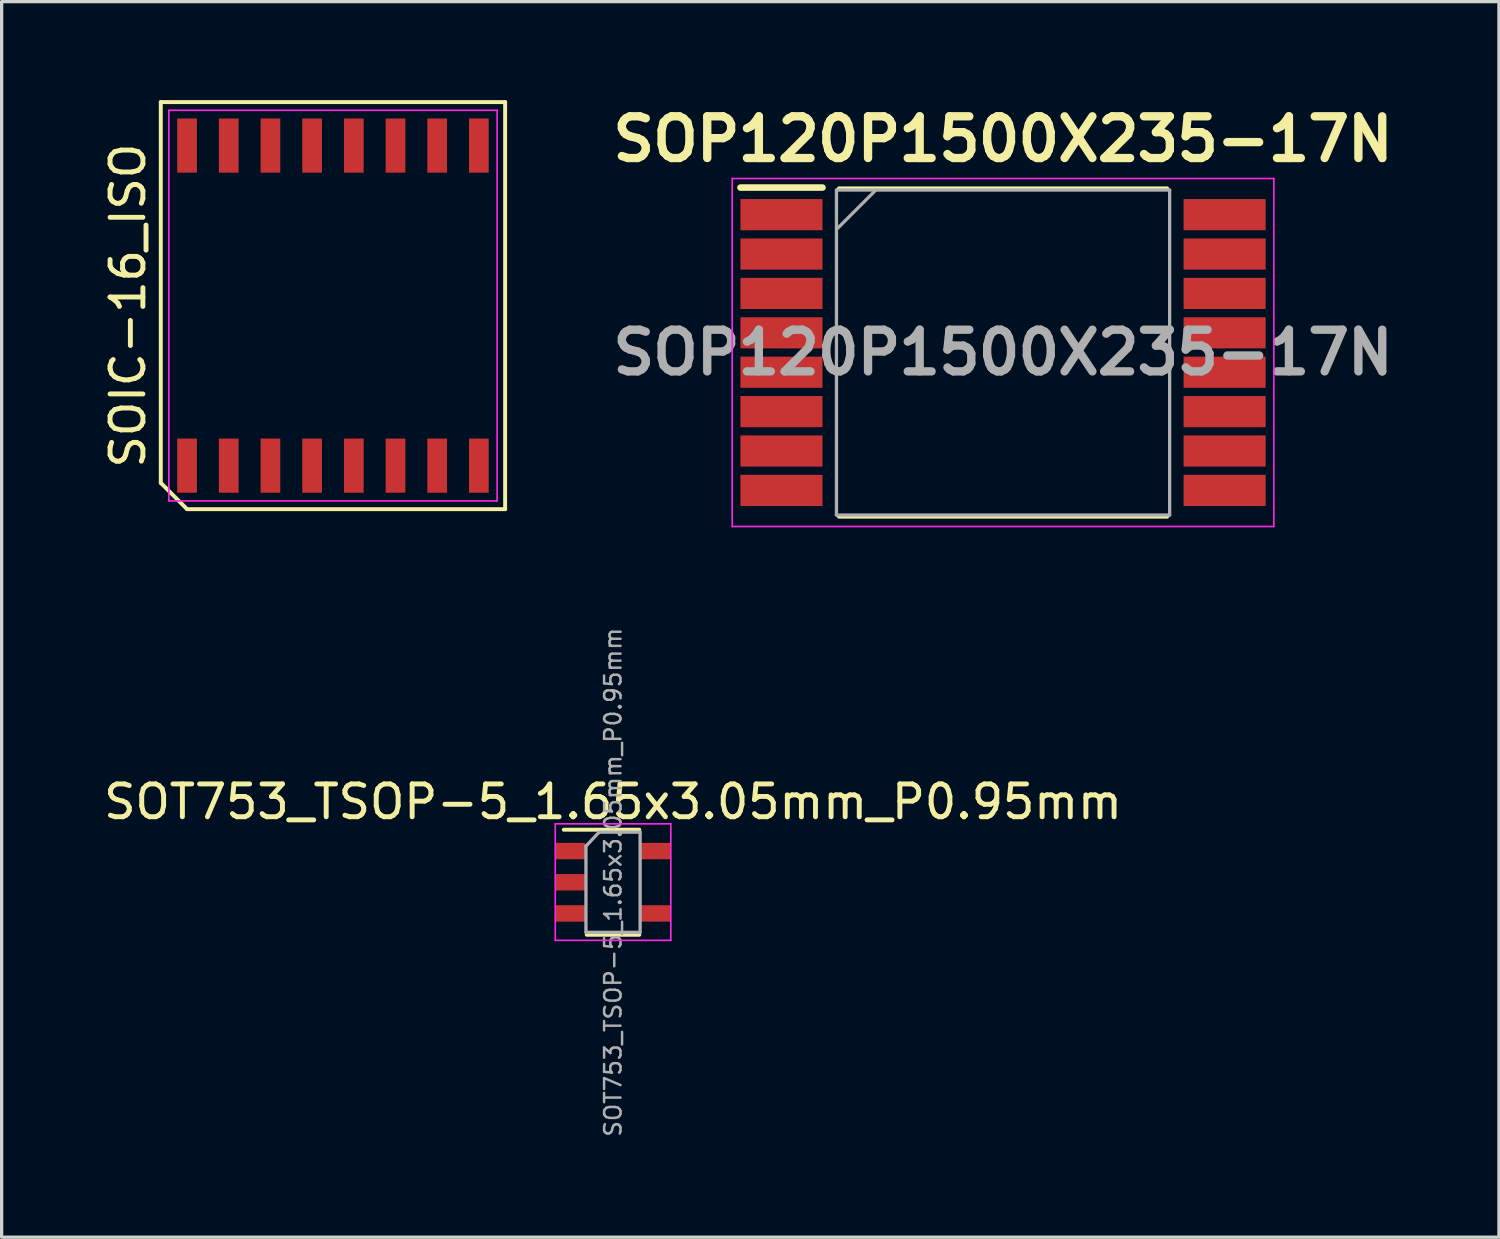
<source format=kicad_pcb>
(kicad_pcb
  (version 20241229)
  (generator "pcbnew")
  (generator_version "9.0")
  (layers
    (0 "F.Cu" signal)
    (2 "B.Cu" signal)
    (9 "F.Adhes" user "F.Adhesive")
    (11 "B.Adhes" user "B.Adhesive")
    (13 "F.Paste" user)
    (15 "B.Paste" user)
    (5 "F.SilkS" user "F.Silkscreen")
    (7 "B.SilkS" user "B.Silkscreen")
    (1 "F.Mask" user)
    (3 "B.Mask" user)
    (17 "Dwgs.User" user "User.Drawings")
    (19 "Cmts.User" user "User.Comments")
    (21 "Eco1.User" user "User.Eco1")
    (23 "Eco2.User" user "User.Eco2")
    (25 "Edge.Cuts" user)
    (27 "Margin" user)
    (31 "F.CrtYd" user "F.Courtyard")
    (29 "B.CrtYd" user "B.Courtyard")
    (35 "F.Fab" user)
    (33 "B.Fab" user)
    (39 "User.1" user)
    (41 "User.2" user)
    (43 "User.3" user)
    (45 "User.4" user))
  (footprint "SOT753_TSOP-5_1.65x3.05mm_P0.95mm"
    (layer "F.Cu")
    (at 15.625 23.826)
    (property "Reference" "SOT753_TSOP-5_1.65x3.05mm_P0.95mm" (at 0 -2.45 0) (layer "F.SilkS") (effects (font (size 1 1) (thickness 0.15))))
    (attr smd)
    (fp_line (start -0.8 1.6) (end 0.8 1.6) (stroke (width 0.12) (type solid)) (layer "F.SilkS"))
    (fp_line (start 0.8 -1.6) (end -1.5 -1.6) (stroke (width 0.12) (type solid)) (layer "F.SilkS"))
    (fp_line (start -1.76 -1.78) (end -1.76 1.77) (stroke (width 0.05) (type solid)) (layer "F.CrtYd"))
    (fp_line (start -1.76 -1.78) (end 1.76 -1.78) (stroke (width 0.05) (type solid)) (layer "F.CrtYd"))
    (fp_line (start 1.76 1.77) (end -1.76 1.77) (stroke (width 0.05) (type solid)) (layer "F.CrtYd"))
    (fp_line (start 1.76 1.77) (end 1.76 -1.78) (stroke (width 0.05) (type solid)) (layer "F.CrtYd"))
    (fp_line (start -0.825 -1.1) (end -0.825 1.525) (stroke (width 0.1) (type solid)) (layer "F.Fab"))
    (fp_line (start -0.825 -1.1) (end -0.425 -1.525) (stroke (width 0.1) (type solid)) (layer "F.Fab"))
    (fp_line (start 0.825 -1.525) (end -0.425 -1.525) (stroke (width 0.1) (type solid)) (layer "F.Fab"))
    (fp_line (start 0.825 -1.525) (end 0.825 1.525) (stroke (width 0.1) (type solid)) (layer "F.Fab"))
    (fp_line (start 0.825 1.525) (end -0.825 1.525) (stroke (width 0.1) (type solid)) (layer "F.Fab"))
    (fp_text user "${REFERENCE}" (at 0 0 90) (layer "F.Fab") (effects (font (size 0.5 0.5) (thickness 0.075))))
    (pad "1" smd rect (at -1.3 -0.95) (size 0.9 0.5) (layers "F.Cu" "F.Mask" "F.Paste"))
    (pad "2" smd rect (at -1.3 0) (size 0.9 0.5) (layers "F.Cu" "F.Mask" "F.Paste"))
    (pad "3" smd rect (at -1.3 0.95) (size 0.9 0.5) (layers "F.Cu" "F.Mask" "F.Paste"))
    (pad "4" smd rect (at 1.3 0.95) (size 0.9 0.5) (layers "F.Cu" "F.Mask" "F.Paste"))
    (pad "5" smd rect (at 1.3 -0.95) (size 0.9 0.5) (layers "F.Cu" "F.Mask" "F.Paste")))
  (footprint "SOP120P1500X235-17N"
    (layer "F.Cu")
    (at 27.506 7.689)
    (property "Reference" "SOP120P1500X235-17N" (at 0 -6.5 0) (layer "F.SilkS") (effects (font (size 1.27 1.27) (thickness 0.254))))
    (attr smd)
    (fp_line (start -8 -5.025) (end -5.5 -5.025) (stroke (width 0.2) (type solid)) (layer "F.SilkS"))
    (fp_line (start -5 -5) (end 5 -5) (stroke (width 0.12) (type default)) (layer "F.SilkS"))
    (fp_line (start 5 5) (end -5 5) (stroke (width 0.12) (type default)) (layer "F.SilkS"))
    (fp_line (start -8.25 -5.3) (end 8.25 -5.3) (stroke (width 0.05) (type solid)) (layer "F.CrtYd"))
    (fp_line (start -8.25 5.3) (end -8.25 -5.3) (stroke (width 0.05) (type solid)) (layer "F.CrtYd"))
    (fp_line (start 8.25 -5.3) (end 8.25 5.3) (stroke (width 0.05) (type solid)) (layer "F.CrtYd"))
    (fp_line (start 8.25 5.3) (end -8.25 5.3) (stroke (width 0.05) (type solid)) (layer "F.CrtYd"))
    (fp_line (start -5.075 -4.95) (end 5.075 -4.95) (stroke (width 0.1) (type solid)) (layer "F.Fab"))
    (fp_line (start -5.075 -3.75) (end -3.875 -4.95) (stroke (width 0.1) (type solid)) (layer "F.Fab"))
    (fp_line (start -5.075 4.95) (end -5.075 -4.95) (stroke (width 0.1) (type solid)) (layer "F.Fab"))
    (fp_line (start 5.075 -4.95) (end 5.075 4.95) (stroke (width 0.1) (type solid)) (layer "F.Fab"))
    (fp_line (start 5.075 4.95) (end -5.075 4.95) (stroke (width 0.1) (type solid)) (layer "F.Fab"))
    (fp_text user "${REFERENCE}" (at 0 0 0) (layer "F.Fab") (effects (font (size 1.27 1.27) (thickness 0.254))))
    (pad "1" smd rect (at -6.75 -4.2 90) (size 0.95 2.5) (layers "F.Cu" "F.Mask" "F.Paste"))
    (pad "2" smd rect (at -6.75 -3 90) (size 0.95 2.5) (layers "F.Cu" "F.Mask" "F.Paste"))
    (pad "3" smd rect (at -6.75 -1.8 90) (size 0.95 2.5) (layers "F.Cu" "F.Mask" "F.Paste"))
    (pad "4" smd rect (at -6.75 -0.6 90) (size 0.95 2.5) (layers "F.Cu" "F.Mask" "F.Paste"))
    (pad "5" smd rect (at -6.75 0.6 90) (size 0.95 2.5) (layers "F.Cu" "F.Mask" "F.Paste"))
    (pad "6" smd rect (at -6.75 1.8 90) (size 0.95 2.5) (layers "F.Cu" "F.Mask" "F.Paste"))
    (pad "7" smd rect (at -6.75 3 90) (size 0.95 2.5) (layers "F.Cu" "F.Mask" "F.Paste"))
    (pad "8" smd rect (at -6.75 4.2 90) (size 0.95 2.5) (layers "F.Cu" "F.Mask" "F.Paste"))
    (pad "9" smd rect (at 6.75 4.2 90) (size 0.95 2.5) (layers "F.Cu" "F.Mask" "F.Paste"))
    (pad "10" smd rect (at 6.75 3 90) (size 0.95 2.5) (layers "F.Cu" "F.Mask" "F.Paste"))
    (pad "11" smd rect (at 6.75 1.8 90) (size 0.95 2.5) (layers "F.Cu" "F.Mask" "F.Paste"))
    (pad "12" smd rect (at 6.75 0.6 90) (size 0.95 2.5) (layers "F.Cu" "F.Mask" "F.Paste"))
    (pad "13" smd rect (at 6.75 -0.6 90) (size 0.95 2.5) (layers "F.Cu" "F.Mask" "F.Paste"))
    (pad "14" smd rect (at 6.75 -1.8 90) (size 0.95 2.5) (layers "F.Cu" "F.Mask" "F.Paste"))
    (pad "15" smd rect (at 6.75 -3 90) (size 0.95 2.5) (layers "F.Cu" "F.Mask" "F.Paste"))
    (pad "16" smd rect (at 6.75 -4.2 90) (size 0.95 2.5) (layers "F.Cu" "F.Mask" "F.Paste")))
  (footprint "SOIC-16_ISO"
    (layer "F.Cu")
    (at 7.093 6.26)
    (property "Reference" "SOIC-16_ISO" (at -6.245 0 90) (layer "F.SilkS") (effects (font (size 1 1) (thickness 0.15))))
    (attr smd)
    (fp_line (start -5.245 -6.2) (end 5.245 -6.2) (stroke (width 0.12) (type solid)) (layer "F.SilkS"))
    (fp_line (start -5.245 5.4) (end -5.245 -6.2) (stroke (width 0.12) (type solid)) (layer "F.SilkS"))
    (fp_line (start -4.445 6.2) (end -5.245 5.4) (stroke (width 0.12) (type solid)) (layer "F.SilkS"))
    (fp_line (start 5.245 -6.2) (end 5.245 6.2) (stroke (width 0.12) (type solid)) (layer "F.SilkS"))
    (fp_line (start 5.245 6.2) (end -4.445 6.2) (stroke (width 0.12) (type solid)) (layer "F.SilkS"))
    (fp_line (start -5 -5.95) (end 5 -5.95) (stroke (width 0.05) (type solid)) (layer "F.CrtYd"))
    (fp_line (start -5 5.95) (end -5 -5.95) (stroke (width 0.05) (type solid)) (layer "F.CrtYd"))
    (fp_line (start 5 -5.95) (end 5 5.95) (stroke (width 0.05) (type solid)) (layer "F.CrtYd"))
    (fp_line (start 5 5.95) (end -5 5.95) (stroke (width 0.05) (type solid)) (layer "F.CrtYd"))
    (pad "1" smd rect (at -4.445 4.875) (size 0.6 1.65) (layers "F.Cu" "F.Mask" "F.Paste"))
    (pad "2" smd rect (at -3.175 4.875) (size 0.6 1.65) (layers "F.Cu" "F.Mask" "F.Paste"))
    (pad "3" smd rect (at -1.905 4.875) (size 0.6 1.65) (layers "F.Cu" "F.Mask" "F.Paste"))
    (pad "4" smd rect (at -0.635 4.875) (size 0.6 1.65) (layers "F.Cu" "F.Mask" "F.Paste"))
    (pad "5" smd rect (at 0.635 4.875) (size 0.6 1.65) (layers "F.Cu" "F.Mask" "F.Paste"))
    (pad "6" smd rect (at 1.905 4.875) (size 0.6 1.65) (layers "F.Cu" "F.Mask" "F.Paste"))
    (pad "7" smd rect (at 3.175 4.875) (size 0.6 1.65) (layers "F.Cu" "F.Mask" "F.Paste"))
    (pad "8" smd rect (at 4.445 4.875) (size 0.6 1.65) (layers "F.Cu" "F.Mask" "F.Paste"))
    (pad "9" smd rect (at 4.445 -4.875) (size 0.6 1.65) (layers "F.Cu" "F.Mask" "F.Paste"))
    (pad "10" smd rect (at 3.175 -4.875) (size 0.6 1.65) (layers "F.Cu" "F.Mask" "F.Paste"))
    (pad "11" smd rect (at 1.905 -4.875) (size 0.6 1.65) (layers "F.Cu" "F.Mask" "F.Paste"))
    (pad "12" smd rect (at 0.635 -4.875) (size 0.6 1.65) (layers "F.Cu" "F.Mask" "F.Paste"))
    (pad "13" smd rect (at -0.635 -4.875) (size 0.6 1.65) (layers "F.Cu" "F.Mask" "F.Paste"))
    (pad "14" smd rect (at -1.905 -4.875) (size 0.6 1.65) (layers "F.Cu" "F.Mask" "F.Paste"))
    (pad "15" smd rect (at -3.175 -4.875) (size 0.6 1.65) (layers "F.Cu" "F.Mask" "F.Paste"))
    (pad "16" smd rect (at -4.445 -4.875) (size 0.6 1.65) (layers "F.Cu" "F.Mask" "F.Paste")))
  (gr_rect
    (start -3 -3)
    (end 42.613 34.639)
    (stroke (width 0.1) (type default))
    (fill no)
    (layer "Edge.Cuts")))
</source>
